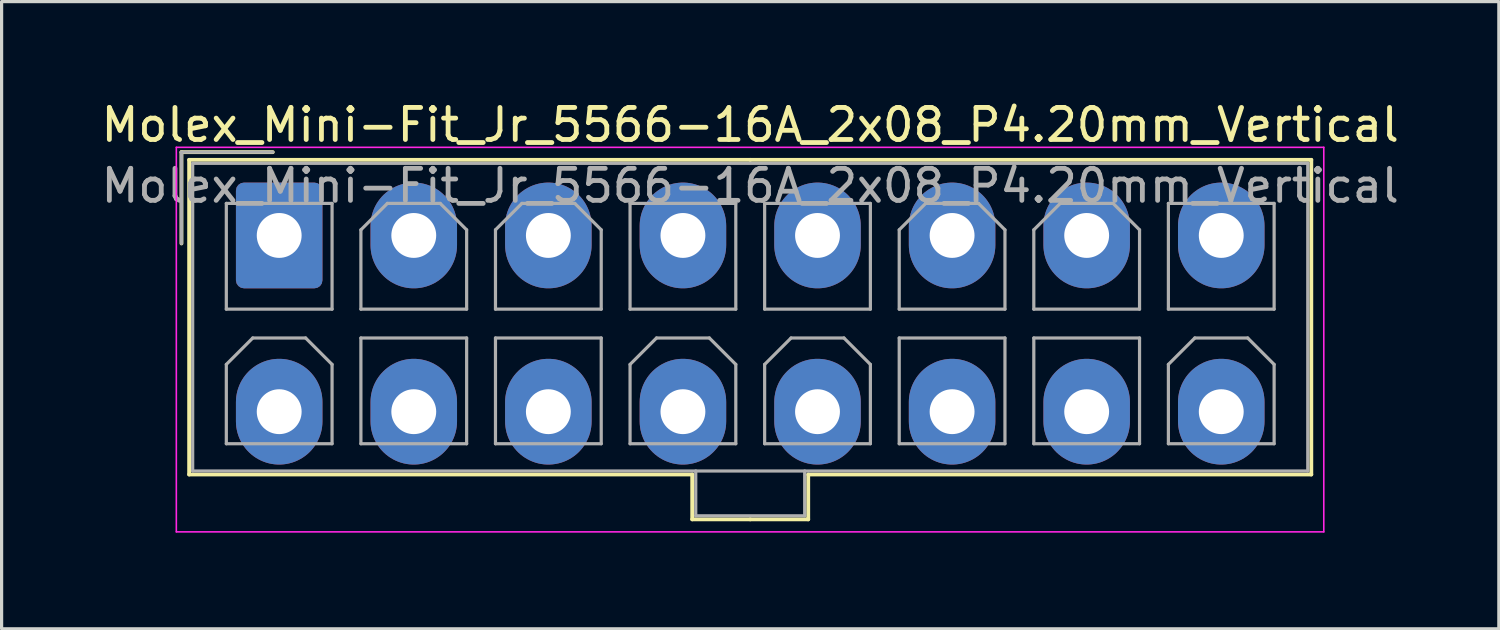
<source format=kicad_pcb>
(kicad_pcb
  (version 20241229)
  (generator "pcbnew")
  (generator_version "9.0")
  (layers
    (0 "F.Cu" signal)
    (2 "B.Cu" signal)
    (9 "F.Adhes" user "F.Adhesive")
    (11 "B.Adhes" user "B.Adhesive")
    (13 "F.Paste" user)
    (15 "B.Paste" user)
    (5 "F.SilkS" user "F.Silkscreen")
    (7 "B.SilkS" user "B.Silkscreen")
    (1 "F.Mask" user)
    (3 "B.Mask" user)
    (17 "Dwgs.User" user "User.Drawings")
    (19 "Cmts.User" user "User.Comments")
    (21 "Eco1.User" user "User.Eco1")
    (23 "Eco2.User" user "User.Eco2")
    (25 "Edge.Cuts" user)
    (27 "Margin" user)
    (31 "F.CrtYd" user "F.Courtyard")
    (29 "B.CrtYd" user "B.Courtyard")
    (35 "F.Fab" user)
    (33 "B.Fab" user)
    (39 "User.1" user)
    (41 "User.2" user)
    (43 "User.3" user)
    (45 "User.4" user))
  (footprint "Molex_Mini-Fit_Jr_5566-16A_2x08_P4.20mm_Vertical"
    (layer "F.Cu")
    (at 5.663 4.298)
    (property "Reference" "Molex_Mini-Fit_Jr_5566-16A_2x08_P4.20mm_Vertical" (at 14.7 -3.45 0) (layer "F.SilkS") (effects (font (size 1 1) (thickness 0.15))))
    (attr through_hole)
    (fp_line (start -3.05 -2.6) (end -3.05 0.25) (stroke (width 0.12) (type solid)) (layer "F.SilkS"))
    (fp_line (start -2.81 -2.36) (end -2.81 7.46) (stroke (width 0.12) (type solid)) (layer "F.SilkS"))
    (fp_line (start -2.81 7.46) (end 12.89 7.46) (stroke (width 0.12) (type solid)) (layer "F.SilkS"))
    (fp_line (start -0.2 -2.6) (end -3.05 -2.6) (stroke (width 0.12) (type solid)) (layer "F.SilkS"))
    (fp_line (start 12.89 7.46) (end 12.89 8.86) (stroke (width 0.12) (type solid)) (layer "F.SilkS"))
    (fp_line (start 12.89 8.86) (end 14.7 8.86) (stroke (width 0.12) (type solid)) (layer "F.SilkS"))
    (fp_line (start 14.7 -2.36) (end -2.81 -2.36) (stroke (width 0.12) (type solid)) (layer "F.SilkS"))
    (fp_line (start 14.7 -2.36) (end 32.21 -2.36) (stroke (width 0.12) (type solid)) (layer "F.SilkS"))
    (fp_line (start 16.51 7.46) (end 16.51 8.86) (stroke (width 0.12) (type solid)) (layer "F.SilkS"))
    (fp_line (start 16.51 8.86) (end 14.7 8.86) (stroke (width 0.12) (type solid)) (layer "F.SilkS"))
    (fp_line (start 32.21 -2.36) (end 32.21 7.46) (stroke (width 0.12) (type solid)) (layer "F.SilkS"))
    (fp_line (start 32.21 7.46) (end 16.51 7.46) (stroke (width 0.12) (type solid)) (layer "F.SilkS"))
    (fp_line (start -3.21 -2.75) (end -3.21 9.25) (stroke (width 0.05) (type solid)) (layer "F.CrtYd"))
    (fp_line (start -3.21 9.25) (end 32.6 9.25) (stroke (width 0.05) (type solid)) (layer "F.CrtYd"))
    (fp_line (start 32.6 -2.75) (end -3.21 -2.75) (stroke (width 0.05) (type solid)) (layer "F.CrtYd"))
    (fp_line (start 32.6 9.25) (end 32.6 -2.75) (stroke (width 0.05) (type solid)) (layer "F.CrtYd"))
    (fp_line (start -3.05 -2.6) (end -3.05 0.25) (stroke (width 0.1) (type solid)) (layer "F.Fab"))
    (fp_line (start -2.7 -2.25) (end -2.7 7.35) (stroke (width 0.1) (type solid)) (layer "F.Fab"))
    (fp_line (start -2.7 7.35) (end 32.1 7.35) (stroke (width 0.1) (type solid)) (layer "F.Fab"))
    (fp_line (start -1.65 -1) (end -1.65 2.3) (stroke (width 0.1) (type solid)) (layer "F.Fab"))
    (fp_line (start -1.65 2.3) (end 1.65 2.3) (stroke (width 0.1) (type solid)) (layer "F.Fab"))
    (fp_line (start -1.65 4.025) (end -0.825 3.2) (stroke (width 0.1) (type solid)) (layer "F.Fab"))
    (fp_line (start -1.65 6.5) (end -1.65 4.025) (stroke (width 0.1) (type solid)) (layer "F.Fab"))
    (fp_line (start -0.825 3.2) (end 0.825 3.2) (stroke (width 0.1) (type solid)) (layer "F.Fab"))
    (fp_line (start -0.2 -2.6) (end -3.05 -2.6) (stroke (width 0.1) (type solid)) (layer "F.Fab"))
    (fp_line (start 0.825 3.2) (end 1.65 4.025) (stroke (width 0.1) (type solid)) (layer "F.Fab"))
    (fp_line (start 1.65 -1) (end -1.65 -1) (stroke (width 0.1) (type solid)) (layer "F.Fab"))
    (fp_line (start 1.65 2.3) (end 1.65 -1) (stroke (width 0.1) (type solid)) (layer "F.Fab"))
    (fp_line (start 1.65 4.025) (end 1.65 6.5) (stroke (width 0.1) (type solid)) (layer "F.Fab"))
    (fp_line (start 1.65 6.5) (end -1.65 6.5) (stroke (width 0.1) (type solid)) (layer "F.Fab"))
    (fp_line (start 2.55 -0.175) (end 3.375 -1) (stroke (width 0.1) (type solid)) (layer "F.Fab"))
    (fp_line (start 2.55 2.3) (end 2.55 -0.175) (stroke (width 0.1) (type solid)) (layer "F.Fab"))
    (fp_line (start 2.55 3.2) (end 2.55 6.5) (stroke (width 0.1) (type solid)) (layer "F.Fab"))
    (fp_line (start 2.55 6.5) (end 5.85 6.5) (stroke (width 0.1) (type solid)) (layer "F.Fab"))
    (fp_line (start 3.375 -1) (end 5.025 -1) (stroke (width 0.1) (type solid)) (layer "F.Fab"))
    (fp_line (start 5.025 -1) (end 5.85 -0.175) (stroke (width 0.1) (type solid)) (layer "F.Fab"))
    (fp_line (start 5.85 -0.175) (end 5.85 2.3) (stroke (width 0.1) (type solid)) (layer "F.Fab"))
    (fp_line (start 5.85 2.3) (end 2.55 2.3) (stroke (width 0.1) (type solid)) (layer "F.Fab"))
    (fp_line (start 5.85 3.2) (end 2.55 3.2) (stroke (width 0.1) (type solid)) (layer "F.Fab"))
    (fp_line (start 5.85 6.5) (end 5.85 3.2) (stroke (width 0.1) (type solid)) (layer "F.Fab"))
    (fp_line (start 6.75 -0.175) (end 7.575 -1) (stroke (width 0.1) (type solid)) (layer "F.Fab"))
    (fp_line (start 6.75 2.3) (end 6.75 -0.175) (stroke (width 0.1) (type solid)) (layer "F.Fab"))
    (fp_line (start 6.75 3.2) (end 6.75 6.5) (stroke (width 0.1) (type solid)) (layer "F.Fab"))
    (fp_line (start 6.75 6.5) (end 10.05 6.5) (stroke (width 0.1) (type solid)) (layer "F.Fab"))
    (fp_line (start 7.575 -1) (end 9.225 -1) (stroke (width 0.1) (type solid)) (layer "F.Fab"))
    (fp_line (start 9.225 -1) (end 10.05 -0.175) (stroke (width 0.1) (type solid)) (layer "F.Fab"))
    (fp_line (start 10.05 -0.175) (end 10.05 2.3) (stroke (width 0.1) (type solid)) (layer "F.Fab"))
    (fp_line (start 10.05 2.3) (end 6.75 2.3) (stroke (width 0.1) (type solid)) (layer "F.Fab"))
    (fp_line (start 10.05 3.2) (end 6.75 3.2) (stroke (width 0.1) (type solid)) (layer "F.Fab"))
    (fp_line (start 10.05 6.5) (end 10.05 3.2) (stroke (width 0.1) (type solid)) (layer "F.Fab"))
    (fp_line (start 10.95 -1) (end 10.95 2.3) (stroke (width 0.1) (type solid)) (layer "F.Fab"))
    (fp_line (start 10.95 2.3) (end 14.25 2.3) (stroke (width 0.1) (type solid)) (layer "F.Fab"))
    (fp_line (start 10.95 4.025) (end 11.775 3.2) (stroke (width 0.1) (type solid)) (layer "F.Fab"))
    (fp_line (start 10.95 6.5) (end 10.95 4.025) (stroke (width 0.1) (type solid)) (layer "F.Fab"))
    (fp_line (start 11.775 3.2) (end 13.425 3.2) (stroke (width 0.1) (type solid)) (layer "F.Fab"))
    (fp_line (start 13 7.35) (end 13 8.75) (stroke (width 0.1) (type solid)) (layer "F.Fab"))
    (fp_line (start 13 8.75) (end 16.4 8.75) (stroke (width 0.1) (type solid)) (layer "F.Fab"))
    (fp_line (start 13.425 3.2) (end 14.25 4.025) (stroke (width 0.1) (type solid)) (layer "F.Fab"))
    (fp_line (start 14.25 -1) (end 10.95 -1) (stroke (width 0.1) (type solid)) (layer "F.Fab"))
    (fp_line (start 14.25 2.3) (end 14.25 -1) (stroke (width 0.1) (type solid)) (layer "F.Fab"))
    (fp_line (start 14.25 4.025) (end 14.25 6.5) (stroke (width 0.1) (type solid)) (layer "F.Fab"))
    (fp_line (start 14.25 6.5) (end 10.95 6.5) (stroke (width 0.1) (type solid)) (layer "F.Fab"))
    (fp_line (start 15.15 -1) (end 15.15 2.3) (stroke (width 0.1) (type solid)) (layer "F.Fab"))
    (fp_line (start 15.15 2.3) (end 18.45 2.3) (stroke (width 0.1) (type solid)) (layer "F.Fab"))
    (fp_line (start 15.15 4.025) (end 15.975 3.2) (stroke (width 0.1) (type solid)) (layer "F.Fab"))
    (fp_line (start 15.15 6.5) (end 15.15 4.025) (stroke (width 0.1) (type solid)) (layer "F.Fab"))
    (fp_line (start 15.975 3.2) (end 17.625 3.2) (stroke (width 0.1) (type solid)) (layer "F.Fab"))
    (fp_line (start 16.4 8.75) (end 16.4 7.35) (stroke (width 0.1) (type solid)) (layer "F.Fab"))
    (fp_line (start 17.625 3.2) (end 18.45 4.025) (stroke (width 0.1) (type solid)) (layer "F.Fab"))
    (fp_line (start 18.45 -1) (end 15.15 -1) (stroke (width 0.1) (type solid)) (layer "F.Fab"))
    (fp_line (start 18.45 2.3) (end 18.45 -1) (stroke (width 0.1) (type solid)) (layer "F.Fab"))
    (fp_line (start 18.45 4.025) (end 18.45 6.5) (stroke (width 0.1) (type solid)) (layer "F.Fab"))
    (fp_line (start 18.45 6.5) (end 15.15 6.5) (stroke (width 0.1) (type solid)) (layer "F.Fab"))
    (fp_line (start 19.35 -0.175) (end 20.175 -1) (stroke (width 0.1) (type solid)) (layer "F.Fab"))
    (fp_line (start 19.35 2.3) (end 19.35 -0.175) (stroke (width 0.1) (type solid)) (layer "F.Fab"))
    (fp_line (start 19.35 3.2) (end 19.35 6.5) (stroke (width 0.1) (type solid)) (layer "F.Fab"))
    (fp_line (start 19.35 6.5) (end 22.65 6.5) (stroke (width 0.1) (type solid)) (layer "F.Fab"))
    (fp_line (start 20.175 -1) (end 21.825 -1) (stroke (width 0.1) (type solid)) (layer "F.Fab"))
    (fp_line (start 21.825 -1) (end 22.65 -0.175) (stroke (width 0.1) (type solid)) (layer "F.Fab"))
    (fp_line (start 22.65 -0.175) (end 22.65 2.3) (stroke (width 0.1) (type solid)) (layer "F.Fab"))
    (fp_line (start 22.65 2.3) (end 19.35 2.3) (stroke (width 0.1) (type solid)) (layer "F.Fab"))
    (fp_line (start 22.65 3.2) (end 19.35 3.2) (stroke (width 0.1) (type solid)) (layer "F.Fab"))
    (fp_line (start 22.65 6.5) (end 22.65 3.2) (stroke (width 0.1) (type solid)) (layer "F.Fab"))
    (fp_line (start 23.55 -0.175) (end 24.375 -1) (stroke (width 0.1) (type solid)) (layer "F.Fab"))
    (fp_line (start 23.55 2.3) (end 23.55 -0.175) (stroke (width 0.1) (type solid)) (layer "F.Fab"))
    (fp_line (start 23.55 3.2) (end 23.55 6.5) (stroke (width 0.1) (type solid)) (layer "F.Fab"))
    (fp_line (start 23.55 6.5) (end 26.85 6.5) (stroke (width 0.1) (type solid)) (layer "F.Fab"))
    (fp_line (start 24.375 -1) (end 26.025 -1) (stroke (width 0.1) (type solid)) (layer "F.Fab"))
    (fp_line (start 26.025 -1) (end 26.85 -0.175) (stroke (width 0.1) (type solid)) (layer "F.Fab"))
    (fp_line (start 26.85 -0.175) (end 26.85 2.3) (stroke (width 0.1) (type solid)) (layer "F.Fab"))
    (fp_line (start 26.85 2.3) (end 23.55 2.3) (stroke (width 0.1) (type solid)) (layer "F.Fab"))
    (fp_line (start 26.85 3.2) (end 23.55 3.2) (stroke (width 0.1) (type solid)) (layer "F.Fab"))
    (fp_line (start 26.85 6.5) (end 26.85 3.2) (stroke (width 0.1) (type solid)) (layer "F.Fab"))
    (fp_line (start 27.75 -1) (end 27.75 2.3) (stroke (width 0.1) (type solid)) (layer "F.Fab"))
    (fp_line (start 27.75 2.3) (end 31.05 2.3) (stroke (width 0.1) (type solid)) (layer "F.Fab"))
    (fp_line (start 27.75 4.025) (end 28.575 3.2) (stroke (width 0.1) (type solid)) (layer "F.Fab"))
    (fp_line (start 27.75 6.5) (end 27.75 4.025) (stroke (width 0.1) (type solid)) (layer "F.Fab"))
    (fp_line (start 28.575 3.2) (end 30.225 3.2) (stroke (width 0.1) (type solid)) (layer "F.Fab"))
    (fp_line (start 30.225 3.2) (end 31.05 4.025) (stroke (width 0.1) (type solid)) (layer "F.Fab"))
    (fp_line (start 31.05 -1) (end 27.75 -1) (stroke (width 0.1) (type solid)) (layer "F.Fab"))
    (fp_line (start 31.05 2.3) (end 31.05 -1) (stroke (width 0.1) (type solid)) (layer "F.Fab"))
    (fp_line (start 31.05 4.025) (end 31.05 6.5) (stroke (width 0.1) (type solid)) (layer "F.Fab"))
    (fp_line (start 31.05 6.5) (end 27.75 6.5) (stroke (width 0.1) (type solid)) (layer "F.Fab"))
    (fp_line (start 32.1 -2.25) (end -2.7 -2.25) (stroke (width 0.1) (type solid)) (layer "F.Fab"))
    (fp_line (start 32.1 7.35) (end 32.1 -2.25) (stroke (width 0.1) (type solid)) (layer "F.Fab"))
    (fp_text user "${REFERENCE}" (at 14.7 -1.55 0) (layer "F.Fab") (effects (font (size 1 1) (thickness 0.15))))
    (pad "1" thru_hole roundrect (at 0 0) (size 2.7 3.3) (drill 1.4) (layers "*.Cu" "*.Mask") (roundrect_rratio 0.093))
    (pad "2" thru_hole oval (at 4.2 0) (size 2.7 3.3) (drill 1.4) (layers "*.Cu" "*.Mask"))
    (pad "3" thru_hole oval (at 8.4 0) (size 2.7 3.3) (drill 1.4) (layers "*.Cu" "*.Mask"))
    (pad "4" thru_hole oval (at 12.6 0) (size 2.7 3.3) (drill 1.4) (layers "*.Cu" "*.Mask"))
    (pad "5" thru_hole oval (at 16.8 0) (size 2.7 3.3) (drill 1.4) (layers "*.Cu" "*.Mask"))
    (pad "6" thru_hole oval (at 21 0) (size 2.7 3.3) (drill 1.4) (layers "*.Cu" "*.Mask"))
    (pad "7" thru_hole oval (at 25.2 0) (size 2.7 3.3) (drill 1.4) (layers "*.Cu" "*.Mask"))
    (pad "8" thru_hole oval (at 29.4 0) (size 2.7 3.3) (drill 1.4) (layers "*.Cu" "*.Mask"))
    (pad "9" thru_hole oval (at 0 5.5) (size 2.7 3.3) (drill 1.4) (layers "*.Cu" "*.Mask"))
    (pad "10" thru_hole oval (at 4.2 5.5) (size 2.7 3.3) (drill 1.4) (layers "*.Cu" "*.Mask"))
    (pad "11" thru_hole oval (at 8.4 5.5) (size 2.7 3.3) (drill 1.4) (layers "*.Cu" "*.Mask"))
    (pad "12" thru_hole oval (at 12.6 5.5) (size 2.7 3.3) (drill 1.4) (layers "*.Cu" "*.Mask"))
    (pad "13" thru_hole oval (at 16.8 5.5) (size 2.7 3.3) (drill 1.4) (layers "*.Cu" "*.Mask"))
    (pad "14" thru_hole oval (at 21 5.5) (size 2.7 3.3) (drill 1.4) (layers "*.Cu" "*.Mask"))
    (pad "15" thru_hole oval (at 25.2 5.5) (size 2.7 3.3) (drill 1.4) (layers "*.Cu" "*.Mask"))
    (pad "16" thru_hole oval (at 29.4 5.5) (size 2.7 3.3) (drill 1.4) (layers "*.Cu" "*.Mask")))
  (gr_rect
    (start -3 -3)
    (end 43.726 16.573)
    (stroke (width 0.1) (type default))
    (fill no)
    (layer "Edge.Cuts")))
</source>
